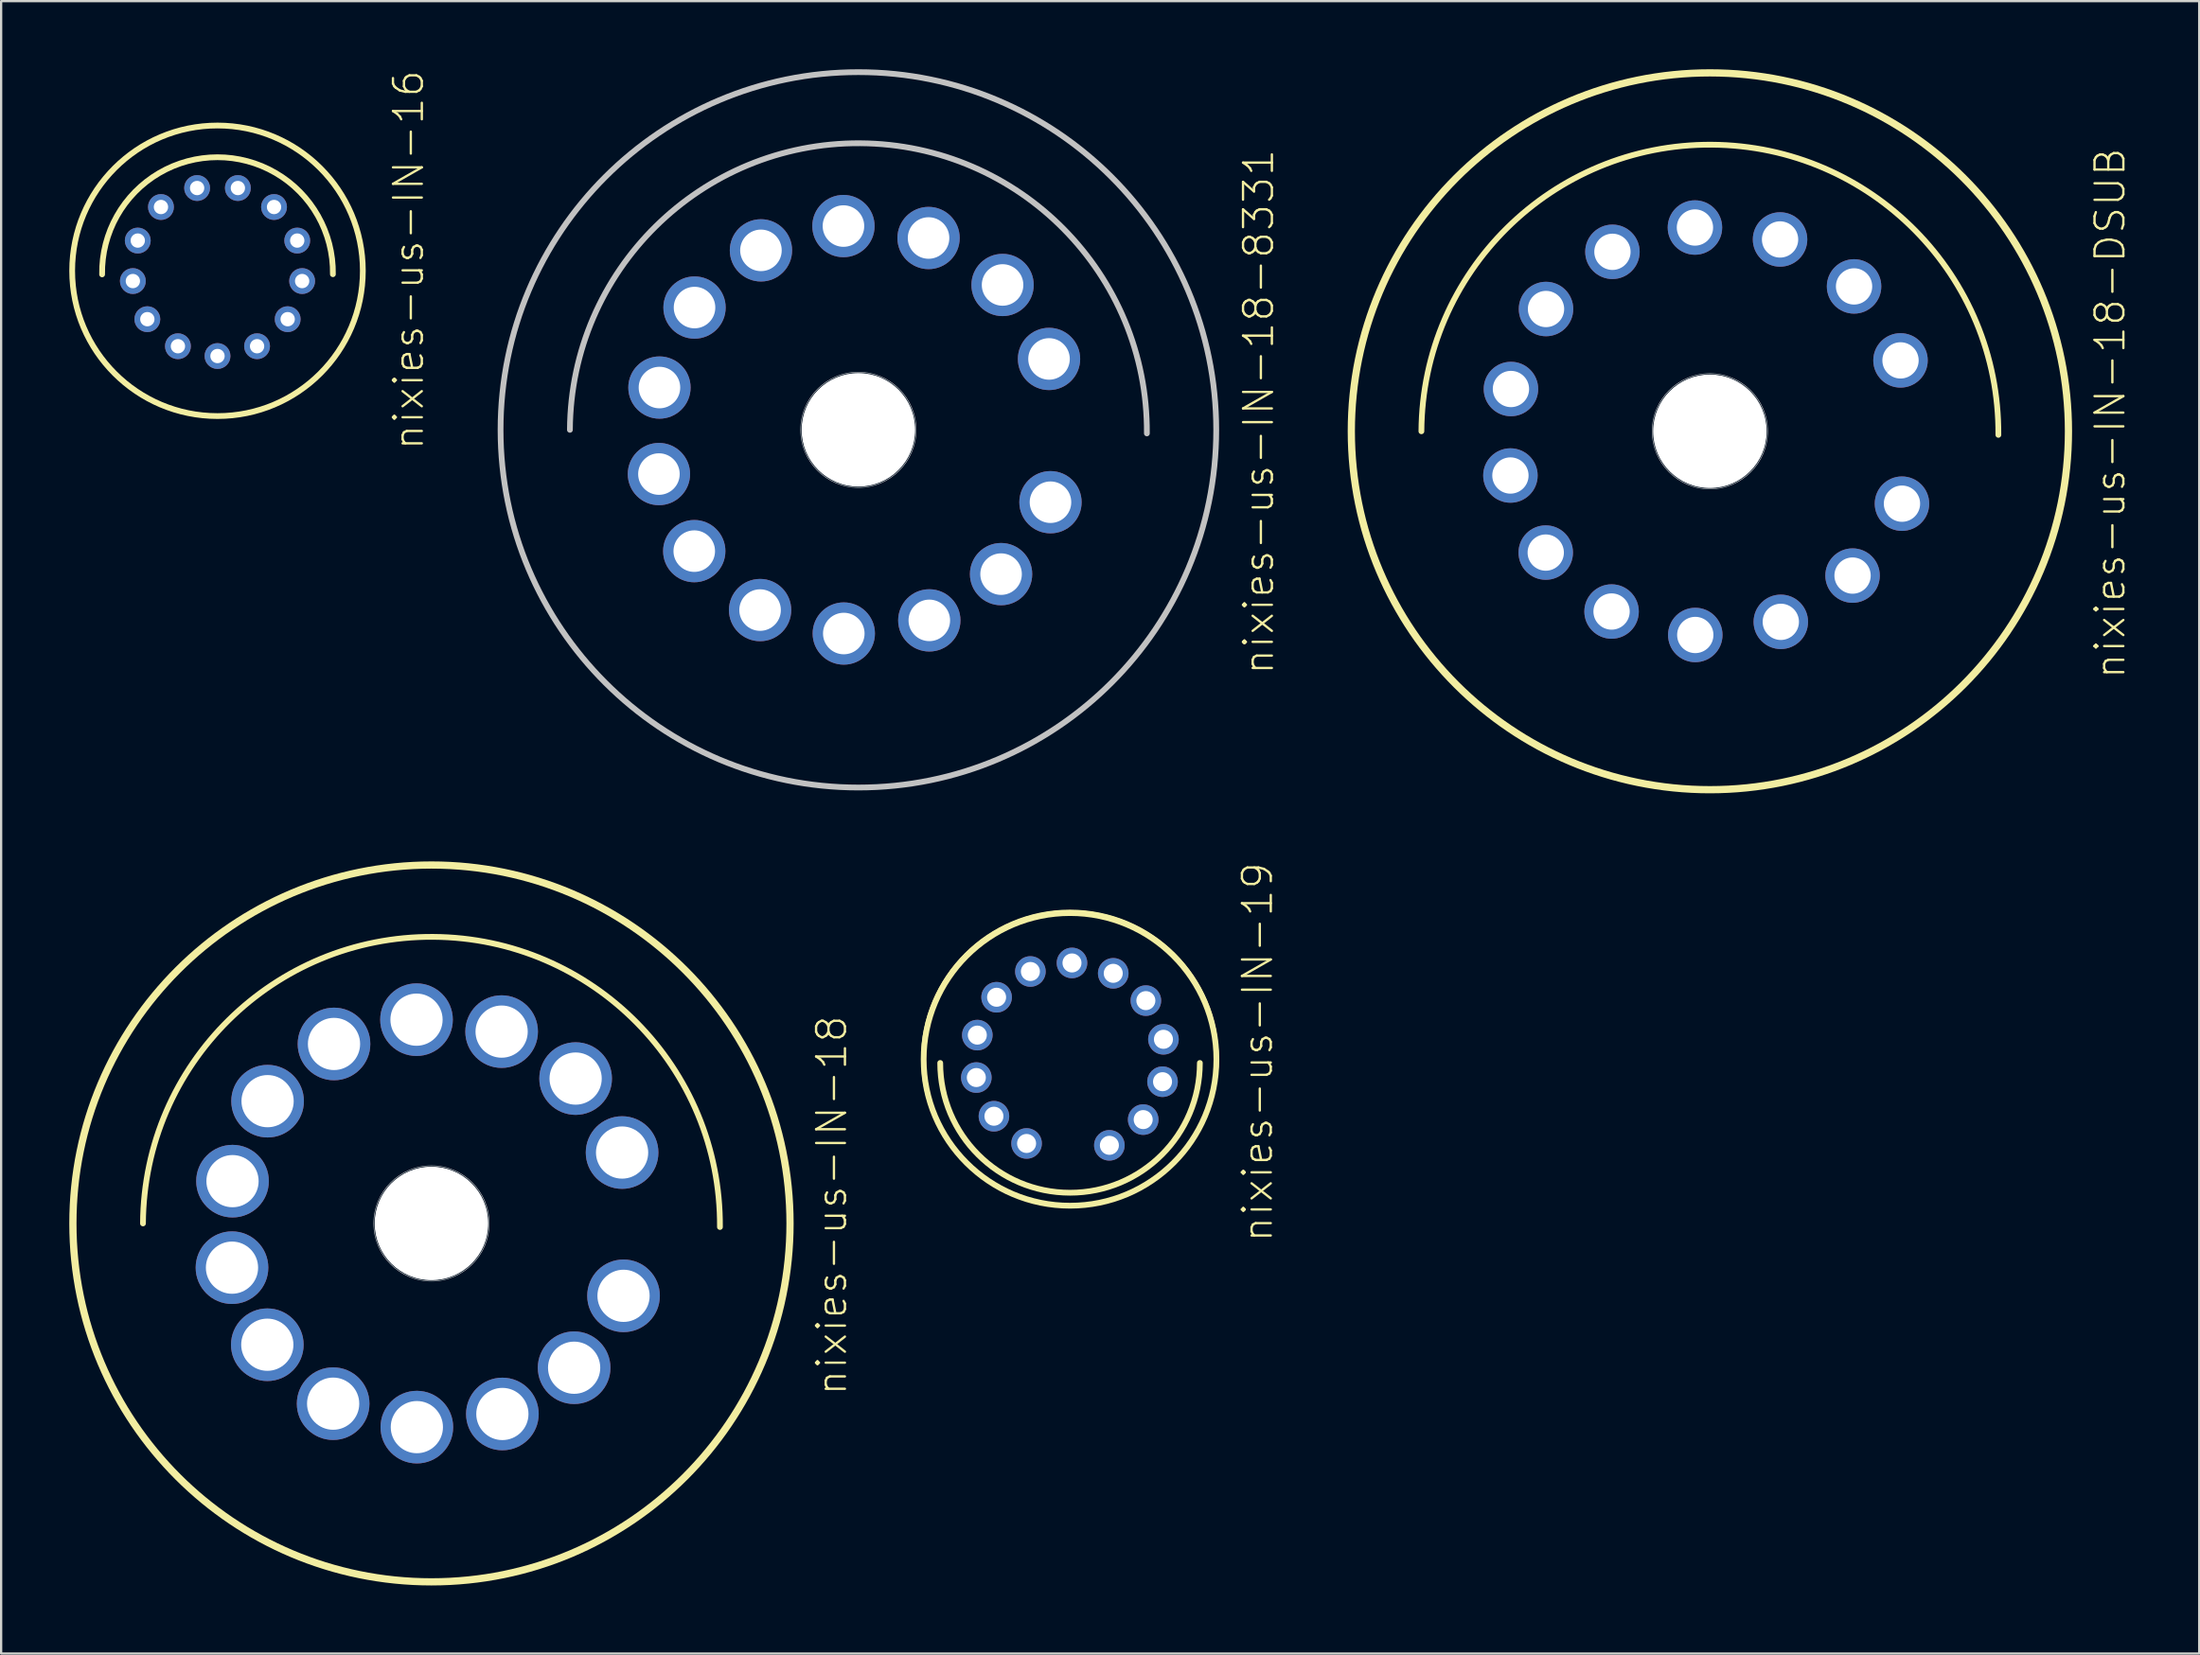
<source format=kicad_pcb>
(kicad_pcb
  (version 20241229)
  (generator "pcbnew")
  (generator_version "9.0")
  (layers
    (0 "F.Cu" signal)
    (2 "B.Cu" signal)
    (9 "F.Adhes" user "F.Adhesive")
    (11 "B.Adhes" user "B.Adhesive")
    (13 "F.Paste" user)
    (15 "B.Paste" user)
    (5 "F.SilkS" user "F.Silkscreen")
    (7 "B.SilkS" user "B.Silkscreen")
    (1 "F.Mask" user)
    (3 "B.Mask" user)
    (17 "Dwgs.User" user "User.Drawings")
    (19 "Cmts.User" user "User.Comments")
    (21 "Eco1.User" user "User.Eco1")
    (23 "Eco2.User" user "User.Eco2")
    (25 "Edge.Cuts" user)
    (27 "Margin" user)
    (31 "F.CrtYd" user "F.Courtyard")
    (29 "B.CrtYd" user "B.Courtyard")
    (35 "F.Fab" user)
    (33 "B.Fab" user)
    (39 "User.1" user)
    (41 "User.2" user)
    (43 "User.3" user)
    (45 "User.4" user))
  (footprint "nixies-us-IN-18"
    (layer "F.Cu")
    (at 15.944 50.831)
    (property "Reference" "nixies-us-IN-18" (at 17.62 -0.792 90) (layer "F.SilkS") (effects (font (size 1.27 1.27) (thickness 0.102))))
    (attr exclude_from_pos_files exclude_from_bom)
    (fp_circle (center 0 0) (end 0 -2.54) (stroke (width 0.025) (type solid)) (fill no) (layer "F.Mask"))
    (fp_circle (center 0 0) (end 0 -1.27) (stroke (width 2.54) (type solid)) (fill no) (layer "F.Mask"))
    (fp_circle (center 0 0) (end 0 -1.27) (stroke (width 2.54) (type solid)) (fill no) (layer "B.Mask"))
    (fp_arc (start -12.7 0) (mid 0.07874 -12.62126) (end 12.7 0.15748) (stroke (width 0.254) (type solid)) (layer "F.SilkS"))
    (fp_circle (center 0 0) (end 0 -15.817) (stroke (width 0.254) (type solid)) (fill no) (layer "F.SilkS"))
    (fp_circle (center 0 0) (end 0 -15.753) (stroke (width 0.254) (type solid)) (fill no) (layer "F.SilkS"))
    (fp_circle (center 0 0) (end 0 -2.54) (stroke (width 0.025) (type solid)) (fill no) (layer "Dwgs.User"))
    (pad "" np_thru_hole circle (at 0 0) (size 4.999 4.999) (drill 4.999) (layers "*.Cu" "*.Mask"))
    (pad "0" thru_hole circle (at 6.281 6.355) (size 3.198 3.198) (drill 2.299) (layers "*.Cu" "*.Mask"))
    (pad "1" thru_hole circle (at -0.643 8.971) (size 3.198 3.198) (drill 2.299) (layers "*.Cu" "*.Mask"))
    (pad "2" thru_hole circle (at -4.328 7.938) (size 3.198 3.198) (drill 2.299) (layers "*.Cu" "*.Mask"))
    (pad "3" thru_hole circle (at -8.758 -1.862) (size 3.198 3.198) (drill 2.299) (layers "*.Cu" "*.Mask"))
    (pad "4" thru_hole circle (at 6.347 -6.38) (size 3.198 3.198) (drill 2.299) (layers "*.Cu" "*.Mask"))
    (pad "5" thru_hole circle (at 3.089 -8.448) (size 3.198 3.198) (drill 2.299) (layers "*.Cu" "*.Mask"))
    (pad "6" thru_hole circle (at -4.29 -7.904) (size 3.198 3.198) (drill 2.299) (layers "*.Cu" "*.Mask"))
    (pad "7" thru_hole circle (at -7.214 -5.385) (size 3.198 3.198) (drill 2.299) (layers "*.Cu" "*.Mask"))
    (pad "8" thru_hole circle (at -7.226 5.342) (size 3.198 3.198) (drill 2.299) (layers "*.Cu" "*.Mask"))
    (pad "9" thru_hole circle (at 8.456 3.188) (size 3.198 3.198) (drill 2.299) (layers "*.Cu" "*.Mask"))
    (pad "A" thru_hole circle (at -0.658 -8.974) (size 3.198 3.198) (drill 2.299) (layers "*.Cu" "*.Mask"))
    (pad "A2" thru_hole circle (at 3.122 8.392) (size 3.198 3.198) (drill 2.299) (layers "*.Cu" "*.Mask"))
    (pad "N/C" thru_hole circle (at 8.392 -3.122) (size 3.198 3.198) (drill 2.299) (layers "*.Cu" "*.Mask"))
    (pad "N/C2" thru_hole circle (at -8.781 1.948) (size 3.198 3.198) (drill 2.299) (layers "*.Cu" "*.Mask")))
  (footprint "nixies-us-IN-18-DSUB"
    (layer "F.Cu")
    (at 72.224 15.944)
    (property "Reference" "nixies-us-IN-18-DSUB" (at 17.62 -0.792 90) (layer "F.SilkS") (effects (font (size 1.27 1.27) (thickness 0.102))))
    (attr exclude_from_pos_files exclude_from_bom)
    (fp_circle (center 0 0) (end 0 -2.54) (stroke (width 0.025) (type solid)) (fill no) (layer "F.Mask"))
    (fp_circle (center 0 0) (end 0 -1.27) (stroke (width 2.54) (type solid)) (fill no) (layer "F.Mask"))
    (fp_circle (center 0 0) (end 0 -1.27) (stroke (width 2.54) (type solid)) (fill no) (layer "B.Mask"))
    (fp_arc (start -12.7 0) (mid 0.07874 -12.62126) (end 12.7 0.15748) (stroke (width 0.254) (type solid)) (layer "F.SilkS"))
    (fp_circle (center 0 0) (end 0 -15.817) (stroke (width 0.254) (type solid)) (fill no) (layer "F.SilkS"))
    (fp_circle (center 0 0) (end 0 -15.753) (stroke (width 0.254) (type solid)) (fill no) (layer "F.SilkS"))
    (fp_circle (center 0 0) (end 0 -2.54) (stroke (width 0.025) (type solid)) (fill no) (layer "Dwgs.User"))
    (pad "" np_thru_hole circle (at 0 0) (size 4.999 4.999) (drill 4.999) (layers "*.Cu" "*.Mask"))
    (pad "0" thru_hole circle (at 6.281 6.355) (size 2.398 2.398) (drill 1.598) (layers "*.Cu" "*.Mask"))
    (pad "1" thru_hole circle (at -0.643 8.971) (size 2.398 2.398) (drill 1.598) (layers "*.Cu" "*.Mask"))
    (pad "2" thru_hole circle (at -4.328 7.938) (size 2.398 2.398) (drill 1.598) (layers "*.Cu" "*.Mask"))
    (pad "3" thru_hole circle (at -8.758 -1.862) (size 2.398 2.398) (drill 1.598) (layers "*.Cu" "*.Mask"))
    (pad "4" thru_hole circle (at 6.347 -6.38) (size 2.398 2.398) (drill 1.598) (layers "*.Cu" "*.Mask"))
    (pad "5" thru_hole circle (at 3.089 -8.448) (size 2.398 2.398) (drill 1.598) (layers "*.Cu" "*.Mask"))
    (pad "6" thru_hole circle (at -4.29 -7.904) (size 2.398 2.398) (drill 1.598) (layers "*.Cu" "*.Mask"))
    (pad "7" thru_hole circle (at -7.214 -5.385) (size 2.398 2.398) (drill 1.598) (layers "*.Cu" "*.Mask"))
    (pad "8" thru_hole circle (at -7.226 5.342) (size 2.398 2.398) (drill 1.598) (layers "*.Cu" "*.Mask"))
    (pad "9" thru_hole circle (at 8.456 3.188) (size 2.398 2.398) (drill 1.598) (layers "*.Cu" "*.Mask"))
    (pad "A" thru_hole circle (at -0.658 -8.974) (size 2.398 2.398) (drill 1.598) (layers "*.Cu" "*.Mask"))
    (pad "A2" thru_hole circle (at 3.122 8.392) (size 2.398 2.398) (drill 1.598) (layers "*.Cu" "*.Mask"))
    (pad "N/C" thru_hole circle (at 8.392 -3.122) (size 2.398 2.398) (drill 1.598) (layers "*.Cu" "*.Mask"))
    (pad "N/C2" thru_hole circle (at -8.781 1.948) (size 2.398 2.398) (drill 1.598) (layers "*.Cu" "*.Mask")))
  (footprint "nixies-us-IN-16"
    (layer "F.Cu")
    (at 6.525 8.876)
    (property "Reference" "nixies-us-IN-16" (at 8.412 -0.475 90) (layer "F.SilkS") (effects (font (size 1.27 1.27) (thickness 0.102))))
    (attr exclude_from_pos_files exclude_from_bom)
    (fp_arc (start -5.08 0.15748) (mid -0.003371 -5.001869) (end 5.0801 0.150739) (stroke (width 0.254) (type solid)) (layer "F.SilkS"))
    (fp_circle (center 0 0) (end 0 -6.398) (stroke (width 0.254) (type solid)) (fill no) (layer "F.SilkS"))
    (pad "0" thru_hole circle (at -1.742 3.322) (size 1.138 1.138) (drill 0.63) (layers "*.Cu" "*.Mask"))
    (pad "1" thru_hole circle (at 1.742 3.322) (size 1.138 1.138) (drill 0.63) (layers "*.Cu" "*.Mask"))
    (pad "2" thru_hole circle (at -2.489 -2.809) (size 1.138 1.138) (drill 0.63) (layers "*.Cu" "*.Mask"))
    (pad "3" thru_hole circle (at 3.726 0.452) (size 1.138 1.138) (drill 0.63) (layers "*.Cu" "*.Mask"))
    (pad "4" thru_hole circle (at 2.489 -2.809) (size 1.138 1.138) (drill 0.63) (layers "*.Cu" "*.Mask"))
    (pad "5" thru_hole circle (at 0.897 -3.645) (size 1.138 1.138) (drill 0.63) (layers "*.Cu" "*.Mask"))
    (pad "6" thru_hole circle (at -0.897 -3.645) (size 1.138 1.138) (drill 0.63) (layers "*.Cu" "*.Mask"))
    (pad "7" thru_hole circle (at 3.089 2.131) (size 1.138 1.138) (drill 0.63) (layers "*.Cu" "*.Mask"))
    (pad "8" thru_hole circle (at -3.726 0.452) (size 1.138 1.138) (drill 0.63) (layers "*.Cu" "*.Mask"))
    (pad "9" thru_hole circle (at -3.089 2.131) (size 1.138 1.138) (drill 0.63) (layers "*.Cu" "*.Mask"))
    (pad "A" thru_hole circle (at 0 3.754) (size 1.138 1.138) (drill 0.63) (layers "*.Cu" "*.Mask"))
    (pad "LHDP" thru_hole circle (at -3.51 -1.331) (size 1.138 1.138) (drill 0.63) (layers "*.Cu" "*.Mask"))
    (pad "RHDP" thru_hole circle (at 3.51 -1.331) (size 1.138 1.138) (drill 0.63) (layers "*.Cu" "*.Mask")))
  (footprint "nixies-us-IN-18-8331"
    (layer "F.Cu")
    (at 34.739 15.88)
    (property "Reference" "nixies-us-IN-18-8331" (at 17.62 -0.792 90) (layer "F.SilkS") (effects (font (size 1.27 1.27) (thickness 0.102))))
    (attr exclude_from_pos_files exclude_from_bom)
    (fp_circle (center 0 0) (end 0 -2.54) (stroke (width 0.025) (type solid)) (fill no) (layer "F.Mask"))
    (fp_circle (center 0 0) (end 0 -1.27) (stroke (width 2.54) (type solid)) (fill no) (layer "F.Mask"))
    (fp_circle (center 0 0) (end 0 -1.27) (stroke (width 2.54) (type solid)) (fill no) (layer "B.Mask"))
    (fp_arc (start -12.7 0) (mid 0.07874 -12.62126) (end 12.7 0.15748) (stroke (width 0.254) (type solid)) (layer "Dwgs.User"))
    (fp_circle (center 0 0) (end 0 -15.753) (stroke (width 0.254) (type solid)) (fill no) (layer "Dwgs.User"))
    (fp_circle (center 0 0) (end 0 -2.54) (stroke (width 0.025) (type solid)) (fill no) (layer "Dwgs.User"))
    (pad "" np_thru_hole circle (at 0 0) (size 4.999 4.999) (drill 4.999) (layers "*.Cu" "*.Mask"))
    (pad "0" thru_hole circle (at 6.281 6.355) (size 2.743 2.743) (drill 1.829) (layers "*.Cu" "*.Mask"))
    (pad "1" thru_hole circle (at -0.643 8.971) (size 2.743 2.743) (drill 1.829) (layers "*.Cu" "*.Mask"))
    (pad "2" thru_hole circle (at -4.328 7.938) (size 2.743 2.743) (drill 1.829) (layers "*.Cu" "*.Mask"))
    (pad "3" thru_hole circle (at -8.758 -1.862) (size 2.743 2.743) (drill 1.829) (layers "*.Cu" "*.Mask"))
    (pad "4" thru_hole circle (at 6.347 -6.38) (size 2.743 2.743) (drill 1.829) (layers "*.Cu" "*.Mask"))
    (pad "5" thru_hole circle (at 3.089 -8.448) (size 2.743 2.743) (drill 1.829) (layers "*.Cu" "*.Mask"))
    (pad "6" thru_hole circle (at -4.29 -7.904) (size 2.743 2.743) (drill 1.829) (layers "*.Cu" "*.Mask"))
    (pad "7" thru_hole circle (at -7.214 -5.385) (size 2.743 2.743) (drill 1.829) (layers "*.Cu" "*.Mask"))
    (pad "8" thru_hole circle (at -7.226 5.342) (size 2.743 2.743) (drill 1.829) (layers "*.Cu" "*.Mask"))
    (pad "9" thru_hole circle (at 8.456 3.188) (size 2.743 2.743) (drill 1.829) (layers "*.Cu" "*.Mask"))
    (pad "A" thru_hole circle (at -0.658 -8.974) (size 2.743 2.743) (drill 1.829) (layers "*.Cu" "*.Mask"))
    (pad "A2" thru_hole circle (at 3.122 8.392) (size 2.743 2.743) (drill 1.829) (layers "*.Cu" "*.Mask"))
    (pad "N/C" thru_hole circle (at 8.392 -3.122) (size 2.743 2.743) (drill 1.829) (layers "*.Cu" "*.Mask"))
    (pad "N/C2" thru_hole circle (at -8.781 1.948) (size 2.743 2.743) (drill 1.829) (layers "*.Cu" "*.Mask")))
  (footprint "nixies-us-IN-19"
    (layer "F.Cu")
    (at 44.056 43.606)
    (property "Reference" "nixies-us-IN-19" (at 8.255 -0.318 90) (layer "F.SilkS") (effects (font (size 1.27 1.27) (thickness 0.102))))
    (attr exclude_from_pos_files exclude_from_bom)
    (fp_arc (start 5.715 0.15748) (mid 0 5.87248) (end -5.715 0.15748) (stroke (width 0.15748) (type solid)) (layer "F.SilkS"))
    (fp_arc (start 5.715 0.15748) (mid 0 5.87248) (end -5.715 0.15748) (stroke (width 0.254) (type solid)) (layer "F.SilkS"))
    (fp_circle (center -0.005 -0.041) (end -0.005 -6.515) (stroke (width 0.157) (type solid)) (fill no) (layer "F.SilkS"))
    (fp_circle (center 0 0) (end 0 -6.444) (stroke (width 0.254) (type solid)) (fill no) (layer "F.SilkS"))
    (pad "2" thru_hole circle (at 1.732 3.785) (size 1.346 1.346) (drill 0.838) (layers "*.Cu" "*.Mask"))
    (pad "3" thru_hole circle (at 3.221 2.652) (size 1.346 1.346) (drill 0.838) (layers "*.Cu" "*.Mask"))
    (pad "4" thru_hole circle (at 4.072 0.983) (size 1.346 1.346) (drill 0.838) (layers "*.Cu" "*.Mask"))
    (pad "5" thru_hole circle (at 4.112 -0.884) (size 1.346 1.346) (drill 0.838) (layers "*.Cu" "*.Mask"))
    (pad "6" thru_hole circle (at 3.338 -2.588) (size 1.346 1.346) (drill 0.838) (layers "*.Cu" "*.Mask"))
    (pad "7" thru_hole circle (at 1.902 -3.79) (size 1.346 1.346) (drill 0.838) (layers "*.Cu" "*.Mask"))
    (pad "8" thru_hole circle (at 0.086 -4.247) (size 1.346 1.346) (drill 0.838) (layers "*.Cu" "*.Mask"))
    (pad "9" thru_hole circle (at -1.745 -3.871) (size 1.346 1.346) (drill 0.838) (layers "*.Cu" "*.Mask"))
    (pad "10" thru_hole circle (at -3.233 -2.736) (size 1.346 1.346) (drill 0.838) (layers "*.Cu" "*.Mask"))
    (pad "11" thru_hole circle (at -4.082 -1.069) (size 1.346 1.346) (drill 0.838) (layers "*.Cu" "*.Mask"))
    (pad "12" thru_hole circle (at -4.125 0.8) (size 1.346 1.346) (drill 0.838) (layers "*.Cu" "*.Mask"))
    (pad "13" thru_hole circle (at -3.35 2.504) (size 1.346 1.346) (drill 0.838) (layers "*.Cu" "*.Mask"))
    (pad "14" thru_hole circle (at -1.913 3.703) (size 1.346 1.346) (drill 0.838) (layers "*.Cu" "*.Mask")))
  (gr_rect
    (start -3 -3)
    (end 93.765 69.774)
    (stroke (width 0.1) (type default))
    (fill no)
    (layer "Edge.Cuts")))
</source>
